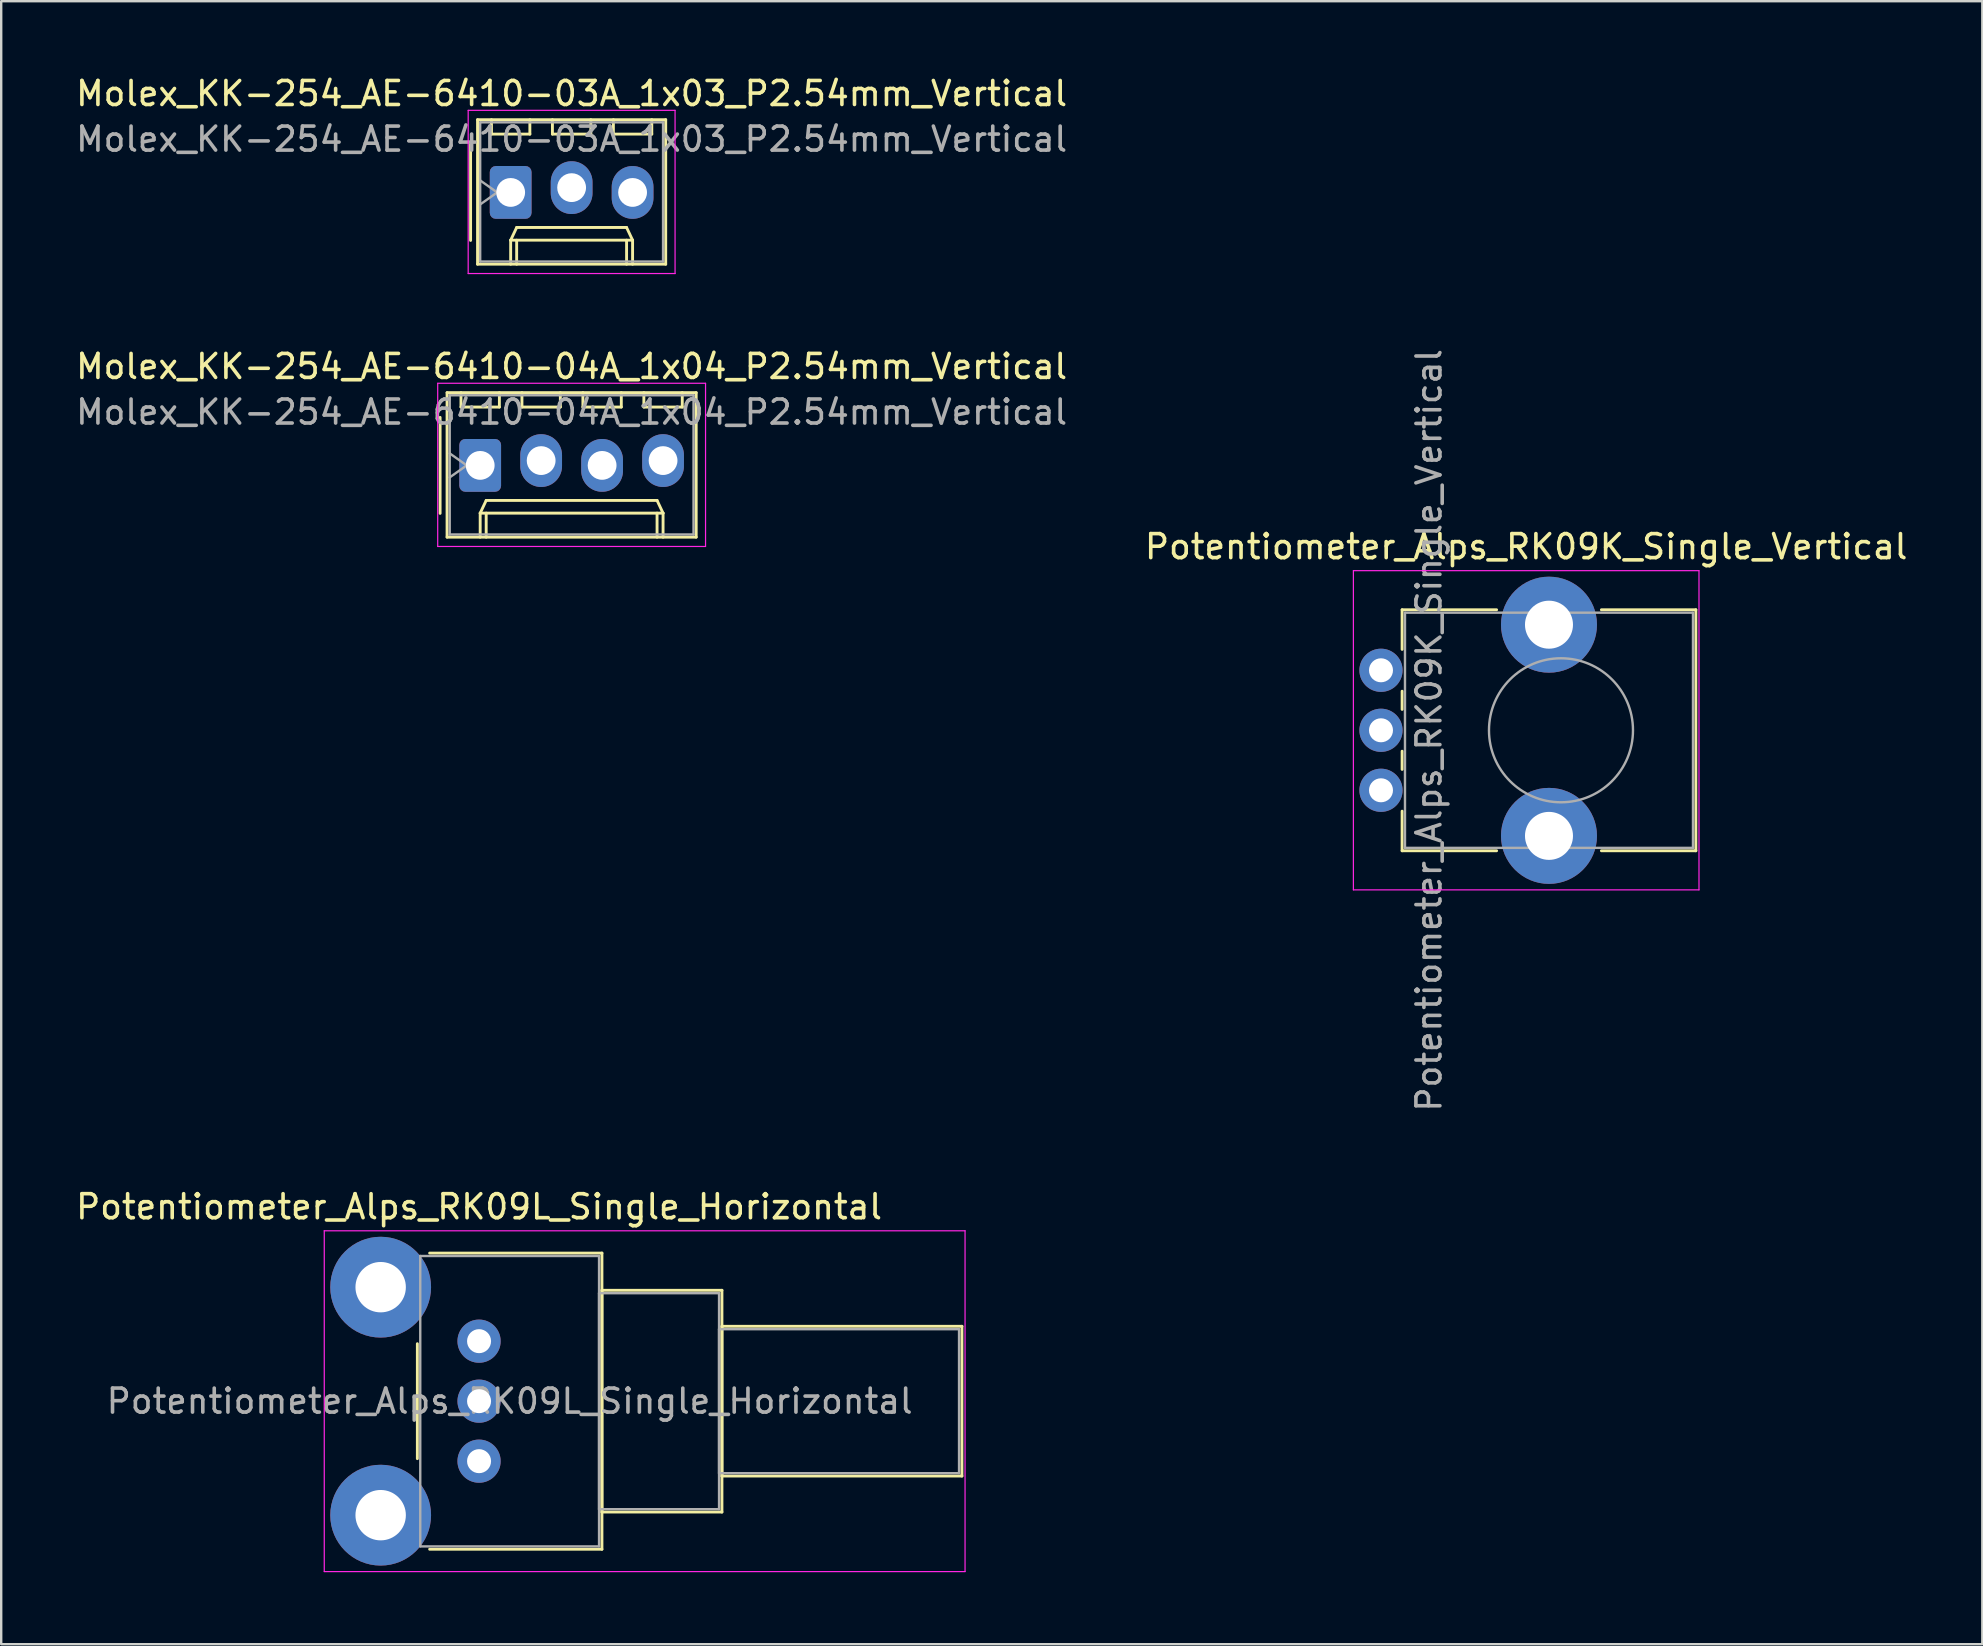
<source format=kicad_pcb>
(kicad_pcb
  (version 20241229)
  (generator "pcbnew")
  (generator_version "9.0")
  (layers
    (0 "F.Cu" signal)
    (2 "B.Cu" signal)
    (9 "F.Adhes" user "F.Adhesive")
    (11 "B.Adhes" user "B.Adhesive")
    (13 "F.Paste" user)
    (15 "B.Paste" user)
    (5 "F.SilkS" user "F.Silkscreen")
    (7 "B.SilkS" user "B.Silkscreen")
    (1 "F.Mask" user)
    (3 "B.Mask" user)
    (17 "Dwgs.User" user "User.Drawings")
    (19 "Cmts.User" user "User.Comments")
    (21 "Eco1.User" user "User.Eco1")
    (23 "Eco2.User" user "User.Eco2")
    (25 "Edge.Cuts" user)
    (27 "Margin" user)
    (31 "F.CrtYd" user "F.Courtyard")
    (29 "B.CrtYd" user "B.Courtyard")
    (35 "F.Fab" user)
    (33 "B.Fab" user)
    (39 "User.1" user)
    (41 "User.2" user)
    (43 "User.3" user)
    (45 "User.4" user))
  (footprint "Potentiometer_Alps_RK09K_Single_Vertical"
    (layer "F.Cu")
    (at 54.492 29.879)
    (property "Reference" "Potentiometer_Alps_RK09K_Single_Vertical" (at 6.05 -10.15 0) (layer "F.SilkS") (effects (font (size 1 1) (thickness 0.15))))
    (attr through_hole)
    (fp_line (start 0.88 -7.521) (end 0.88 -5.871) (stroke (width 0.12) (type solid)) (layer "F.SilkS"))
    (fp_line (start 0.88 -7.521) (end 4.817 -7.521) (stroke (width 0.12) (type solid)) (layer "F.SilkS"))
    (fp_line (start 0.88 -4.129) (end 0.88 -3.37) (stroke (width 0.12) (type solid)) (layer "F.SilkS"))
    (fp_line (start 0.88 -1.629) (end 0.88 -0.87) (stroke (width 0.12) (type solid)) (layer "F.SilkS"))
    (fp_line (start 0.88 0.87) (end 0.88 2.52) (stroke (width 0.12) (type solid)) (layer "F.SilkS"))
    (fp_line (start 0.88 2.52) (end 4.817 2.52) (stroke (width 0.12) (type solid)) (layer "F.SilkS"))
    (fp_line (start 9.184 -7.521) (end 13.12 -7.521) (stroke (width 0.12) (type solid)) (layer "F.SilkS"))
    (fp_line (start 9.184 2.52) (end 13.12 2.52) (stroke (width 0.12) (type solid)) (layer "F.SilkS"))
    (fp_line (start 13.12 -7.521) (end 13.12 2.52) (stroke (width 0.12) (type solid)) (layer "F.SilkS"))
    (fp_line (start -1.15 -9.15) (end -1.15 4.15) (stroke (width 0.05) (type solid)) (layer "F.CrtYd"))
    (fp_line (start -1.15 4.15) (end 13.25 4.15) (stroke (width 0.05) (type solid)) (layer "F.CrtYd"))
    (fp_line (start 13.25 -9.15) (end -1.15 -9.15) (stroke (width 0.05) (type solid)) (layer "F.CrtYd"))
    (fp_line (start 13.25 4.15) (end 13.25 -9.15) (stroke (width 0.05) (type solid)) (layer "F.CrtYd"))
    (fp_line (start 1 -7.4) (end 1 2.4) (stroke (width 0.1) (type solid)) (layer "F.Fab"))
    (fp_line (start 1 2.4) (end 13 2.4) (stroke (width 0.1) (type solid)) (layer "F.Fab"))
    (fp_line (start 13 -7.4) (end 1 -7.4) (stroke (width 0.1) (type solid)) (layer "F.Fab"))
    (fp_line (start 13 2.4) (end 13 -7.4) (stroke (width 0.1) (type solid)) (layer "F.Fab"))
    (fp_circle (center 7.5 -2.5) (end 10.5 -2.5) (stroke (width 0.1) (type solid)) (fill no) (layer "F.Fab"))
    (fp_text user "${REFERENCE}" (at 2 -2.5 90) (layer "F.Fab") (effects (font (size 1 1) (thickness 0.15))))
    (pad "" np_thru_hole circle (at 7 -6.9) (size 4 4) (drill 2) (layers "*.Cu" "*.Mask"))
    (pad "" np_thru_hole circle (at 7 1.9) (size 4 4) (drill 2) (layers "*.Cu" "*.Mask"))
    (pad "1" thru_hole circle (at 0 0) (size 1.8 1.8) (drill 1) (layers "*.Cu" "*.Mask"))
    (pad "2" thru_hole circle (at 0 -2.5) (size 1.8 1.8) (drill 1) (layers "*.Cu" "*.Mask"))
    (pad "3" thru_hole circle (at 0 -5) (size 1.8 1.8) (drill 1) (layers "*.Cu" "*.Mask")))
  (footprint "Potentiometer_Alps_RK09L_Single_Horizontal"
    (layer "F.Cu")
    (at 16.911 57.833)
    (property "Reference" "Potentiometer_Alps_RK09L_Single_Horizontal" (at 0 -10.6 0) (layer "F.SilkS") (effects (font (size 1 1) (thickness 0.15))))
    (attr through_hole)
    (fp_line (start -2.571 -4.894) (end -2.571 -0.105) (stroke (width 0.12) (type solid)) (layer "F.SilkS"))
    (fp_line (start -2.059 -8.67) (end 5.12 -8.67) (stroke (width 0.12) (type solid)) (layer "F.SilkS"))
    (fp_line (start -2.059 3.67) (end 5.12 3.67) (stroke (width 0.12) (type solid)) (layer "F.SilkS"))
    (fp_line (start 5.12 -8.67) (end 5.12 3.67) (stroke (width 0.12) (type solid)) (layer "F.SilkS"))
    (fp_line (start 5.12 -7.12) (end 5.12 2.12) (stroke (width 0.12) (type solid)) (layer "F.SilkS"))
    (fp_line (start 5.12 -7.12) (end 10.12 -7.12) (stroke (width 0.12) (type solid)) (layer "F.SilkS"))
    (fp_line (start 5.12 2.12) (end 10.12 2.12) (stroke (width 0.12) (type solid)) (layer "F.SilkS"))
    (fp_line (start 10.12 -7.12) (end 10.12 2.12) (stroke (width 0.12) (type solid)) (layer "F.SilkS"))
    (fp_line (start 10.12 -5.62) (end 10.12 0.62) (stroke (width 0.12) (type solid)) (layer "F.SilkS"))
    (fp_line (start 10.12 -5.62) (end 20.12 -5.62) (stroke (width 0.12) (type solid)) (layer "F.SilkS"))
    (fp_line (start 10.12 0.62) (end 20.12 0.62) (stroke (width 0.12) (type solid)) (layer "F.SilkS"))
    (fp_line (start 20.12 -5.62) (end 20.12 0.62) (stroke (width 0.12) (type solid)) (layer "F.SilkS"))
    (fp_line (start -6.45 -9.6) (end -6.45 4.6) (stroke (width 0.05) (type solid)) (layer "F.CrtYd"))
    (fp_line (start -6.45 4.6) (end 20.25 4.6) (stroke (width 0.05) (type solid)) (layer "F.CrtYd"))
    (fp_line (start 20.25 -9.6) (end -6.45 -9.6) (stroke (width 0.05) (type solid)) (layer "F.CrtYd"))
    (fp_line (start 20.25 4.6) (end 20.25 -9.6) (stroke (width 0.05) (type solid)) (layer "F.CrtYd"))
    (fp_line (start -2.45 -8.55) (end -2.45 3.55) (stroke (width 0.1) (type solid)) (layer "F.Fab"))
    (fp_line (start -2.45 3.55) (end 5 3.55) (stroke (width 0.1) (type solid)) (layer "F.Fab"))
    (fp_line (start 5 -8.55) (end -2.45 -8.55) (stroke (width 0.1) (type solid)) (layer "F.Fab"))
    (fp_line (start 5 -7) (end 5 2) (stroke (width 0.1) (type solid)) (layer "F.Fab"))
    (fp_line (start 5 2) (end 10 2) (stroke (width 0.1) (type solid)) (layer "F.Fab"))
    (fp_line (start 5 3.55) (end 5 -8.55) (stroke (width 0.1) (type solid)) (layer "F.Fab"))
    (fp_line (start 10 -7) (end 5 -7) (stroke (width 0.1) (type solid)) (layer "F.Fab"))
    (fp_line (start 10 -5.5) (end 10 0.5) (stroke (width 0.1) (type solid)) (layer "F.Fab"))
    (fp_line (start 10 0.5) (end 20 0.5) (stroke (width 0.1) (type solid)) (layer "F.Fab"))
    (fp_line (start 10 2) (end 10 -7) (stroke (width 0.1) (type solid)) (layer "F.Fab"))
    (fp_line (start 20 -5.5) (end 10 -5.5) (stroke (width 0.1) (type solid)) (layer "F.Fab"))
    (fp_line (start 20 0.5) (end 20 -5.5) (stroke (width 0.1) (type solid)) (layer "F.Fab"))
    (fp_text user "${REFERENCE}" (at 1.275 -2.5 0) (layer "F.Fab") (effects (font (size 1 1) (thickness 0.15))))
    (pad "" thru_hole circle (at -4.1 -7.25) (size 4.2 4.2) (drill 2.1) (layers "*.Cu" "*.Mask"))
    (pad "" thru_hole circle (at -4.1 2.25) (size 4.2 4.2) (drill 2.1) (layers "*.Cu" "*.Mask"))
    (pad "1" thru_hole circle (at 0 0) (size 1.8 1.8) (drill 1) (layers "*.Cu" "*.Mask"))
    (pad "2" thru_hole circle (at 0 -2.5) (size 1.8 1.8) (drill 1) (layers "*.Cu" "*.Mask"))
    (pad "3" thru_hole circle (at 0 -5) (size 1.8 1.8) (drill 1) (layers "*.Cu" "*.Mask")))
  (footprint "Molex_KK-254_AE-6410-04A_1x04_P2.54mm_Vertical"
    (layer "F.Cu")
    (at 16.958 16.341)
    (property "Reference" "Molex_KK-254_AE-6410-04A_1x04_P2.54mm_Vertical" (at 3.81 -4.12 0) (layer "F.SilkS") (effects (font (size 1 1) (thickness 0.15))))
    (attr through_hole)
    (fp_line (start -1.67 -2) (end -1.67 2) (stroke (width 0.12) (type solid)) (layer "F.SilkS"))
    (fp_line (start -1.38 -3.03) (end -1.38 2.99) (stroke (width 0.12) (type solid)) (layer "F.SilkS"))
    (fp_line (start -1.38 2.99) (end 9 2.99) (stroke (width 0.12) (type solid)) (layer "F.SilkS"))
    (fp_line (start -0.8 -3.03) (end -0.8 -2.43) (stroke (width 0.12) (type solid)) (layer "F.SilkS"))
    (fp_line (start -0.8 -2.43) (end 0.8 -2.43) (stroke (width 0.12) (type solid)) (layer "F.SilkS"))
    (fp_line (start 0 1.99) (end 0.25 1.46) (stroke (width 0.12) (type solid)) (layer "F.SilkS"))
    (fp_line (start 0 1.99) (end 7.62 1.99) (stroke (width 0.12) (type solid)) (layer "F.SilkS"))
    (fp_line (start 0 2.99) (end 0 1.99) (stroke (width 0.12) (type solid)) (layer "F.SilkS"))
    (fp_line (start 0.25 1.46) (end 7.37 1.46) (stroke (width 0.12) (type solid)) (layer "F.SilkS"))
    (fp_line (start 0.25 2.99) (end 0.25 1.99) (stroke (width 0.12) (type solid)) (layer "F.SilkS"))
    (fp_line (start 0.8 -2.43) (end 0.8 -3.03) (stroke (width 0.12) (type solid)) (layer "F.SilkS"))
    (fp_line (start 1.74 -3.03) (end 1.74 -2.43) (stroke (width 0.12) (type solid)) (layer "F.SilkS"))
    (fp_line (start 1.74 -2.43) (end 3.34 -2.43) (stroke (width 0.12) (type solid)) (layer "F.SilkS"))
    (fp_line (start 3.34 -2.43) (end 3.34 -3.03) (stroke (width 0.12) (type solid)) (layer "F.SilkS"))
    (fp_line (start 4.28 -3.03) (end 4.28 -2.43) (stroke (width 0.12) (type solid)) (layer "F.SilkS"))
    (fp_line (start 4.28 -2.43) (end 5.88 -2.43) (stroke (width 0.12) (type solid)) (layer "F.SilkS"))
    (fp_line (start 5.88 -2.43) (end 5.88 -3.03) (stroke (width 0.12) (type solid)) (layer "F.SilkS"))
    (fp_line (start 6.82 -3.03) (end 6.82 -2.43) (stroke (width 0.12) (type solid)) (layer "F.SilkS"))
    (fp_line (start 6.82 -2.43) (end 8.42 -2.43) (stroke (width 0.12) (type solid)) (layer "F.SilkS"))
    (fp_line (start 7.37 1.46) (end 7.62 1.99) (stroke (width 0.12) (type solid)) (layer "F.SilkS"))
    (fp_line (start 7.37 2.99) (end 7.37 1.99) (stroke (width 0.12) (type solid)) (layer "F.SilkS"))
    (fp_line (start 7.62 1.99) (end 7.62 2.99) (stroke (width 0.12) (type solid)) (layer "F.SilkS"))
    (fp_line (start 8.42 -2.43) (end 8.42 -3.03) (stroke (width 0.12) (type solid)) (layer "F.SilkS"))
    (fp_line (start 9 -3.03) (end -1.38 -3.03) (stroke (width 0.12) (type solid)) (layer "F.SilkS"))
    (fp_line (start 9 2.99) (end 9 -3.03) (stroke (width 0.12) (type solid)) (layer "F.SilkS"))
    (fp_line (start -1.77 -3.42) (end -1.77 3.38) (stroke (width 0.05) (type solid)) (layer "F.CrtYd"))
    (fp_line (start -1.77 3.38) (end 9.39 3.38) (stroke (width 0.05) (type solid)) (layer "F.CrtYd"))
    (fp_line (start 9.39 -3.42) (end -1.77 -3.42) (stroke (width 0.05) (type solid)) (layer "F.CrtYd"))
    (fp_line (start 9.39 3.38) (end 9.39 -3.42) (stroke (width 0.05) (type solid)) (layer "F.CrtYd"))
    (fp_line (start -1.27 -2.92) (end -1.27 2.88) (stroke (width 0.1) (type solid)) (layer "F.Fab"))
    (fp_line (start -1.27 -0.5) (end -0.563 0) (stroke (width 0.1) (type solid)) (layer "F.Fab"))
    (fp_line (start -1.27 2.88) (end 8.89 2.88) (stroke (width 0.1) (type solid)) (layer "F.Fab"))
    (fp_line (start -0.563 0) (end -1.27 0.5) (stroke (width 0.1) (type solid)) (layer "F.Fab"))
    (fp_line (start 8.89 -2.92) (end -1.27 -2.92) (stroke (width 0.1) (type solid)) (layer "F.Fab"))
    (fp_line (start 8.89 2.88) (end 8.89 -2.92) (stroke (width 0.1) (type solid)) (layer "F.Fab"))
    (fp_text user "${REFERENCE}" (at 3.81 -2.22 0) (layer "F.Fab") (effects (font (size 1 1) (thickness 0.15))))
    (pad "1" thru_hole roundrect (at 0 0) (size 1.74 2.2) (drill 1.2) (layers "*.Cu" "*.Mask") (roundrect_rratio 0.144))
    (pad "2" thru_hole oval (at 2.54 -0.2) (size 1.74 2.2) (drill 1.2) (layers "*.Cu" "*.Mask"))
    (pad "3" thru_hole oval (at 5.08 0) (size 1.74 2.2) (drill 1.2) (layers "*.Cu" "*.Mask"))
    (pad "4" thru_hole oval (at 7.62 -0.2) (size 1.74 2.2) (drill 1.2) (layers "*.Cu" "*.Mask")))
  (footprint "Molex_KK-254_AE-6410-03A_1x03_P2.54mm_Vertical"
    (layer "F.Cu")
    (at 18.228 4.968)
    (property "Reference" "Molex_KK-254_AE-6410-03A_1x03_P2.54mm_Vertical" (at 2.54 -4.12 0) (layer "F.SilkS") (effects (font (size 1 1) (thickness 0.15))))
    (attr through_hole)
    (fp_line (start -1.67 -2) (end -1.67 2) (stroke (width 0.12) (type solid)) (layer "F.SilkS"))
    (fp_line (start -1.38 -3.03) (end -1.38 2.99) (stroke (width 0.12) (type solid)) (layer "F.SilkS"))
    (fp_line (start -1.38 2.99) (end 6.46 2.99) (stroke (width 0.12) (type solid)) (layer "F.SilkS"))
    (fp_line (start -0.8 -3.03) (end -0.8 -2.43) (stroke (width 0.12) (type solid)) (layer "F.SilkS"))
    (fp_line (start -0.8 -2.43) (end 0.8 -2.43) (stroke (width 0.12) (type solid)) (layer "F.SilkS"))
    (fp_line (start 0 1.99) (end 0.25 1.46) (stroke (width 0.12) (type solid)) (layer "F.SilkS"))
    (fp_line (start 0 1.99) (end 5.08 1.99) (stroke (width 0.12) (type solid)) (layer "F.SilkS"))
    (fp_line (start 0 2.99) (end 0 1.99) (stroke (width 0.12) (type solid)) (layer "F.SilkS"))
    (fp_line (start 0.25 1.46) (end 4.83 1.46) (stroke (width 0.12) (type solid)) (layer "F.SilkS"))
    (fp_line (start 0.25 2.99) (end 0.25 1.99) (stroke (width 0.12) (type solid)) (layer "F.SilkS"))
    (fp_line (start 0.8 -2.43) (end 0.8 -3.03) (stroke (width 0.12) (type solid)) (layer "F.SilkS"))
    (fp_line (start 1.74 -3.03) (end 1.74 -2.43) (stroke (width 0.12) (type solid)) (layer "F.SilkS"))
    (fp_line (start 1.74 -2.43) (end 3.34 -2.43) (stroke (width 0.12) (type solid)) (layer "F.SilkS"))
    (fp_line (start 3.34 -2.43) (end 3.34 -3.03) (stroke (width 0.12) (type solid)) (layer "F.SilkS"))
    (fp_line (start 4.28 -3.03) (end 4.28 -2.43) (stroke (width 0.12) (type solid)) (layer "F.SilkS"))
    (fp_line (start 4.28 -2.43) (end 5.88 -2.43) (stroke (width 0.12) (type solid)) (layer "F.SilkS"))
    (fp_line (start 4.83 1.46) (end 5.08 1.99) (stroke (width 0.12) (type solid)) (layer "F.SilkS"))
    (fp_line (start 4.83 2.99) (end 4.83 1.99) (stroke (width 0.12) (type solid)) (layer "F.SilkS"))
    (fp_line (start 5.08 1.99) (end 5.08 2.99) (stroke (width 0.12) (type solid)) (layer "F.SilkS"))
    (fp_line (start 5.88 -2.43) (end 5.88 -3.03) (stroke (width 0.12) (type solid)) (layer "F.SilkS"))
    (fp_line (start 6.46 -3.03) (end -1.38 -3.03) (stroke (width 0.12) (type solid)) (layer "F.SilkS"))
    (fp_line (start 6.46 2.99) (end 6.46 -3.03) (stroke (width 0.12) (type solid)) (layer "F.SilkS"))
    (fp_line (start -1.77 -3.42) (end -1.77 3.38) (stroke (width 0.05) (type solid)) (layer "F.CrtYd"))
    (fp_line (start -1.77 3.38) (end 6.85 3.38) (stroke (width 0.05) (type solid)) (layer "F.CrtYd"))
    (fp_line (start 6.85 -3.42) (end -1.77 -3.42) (stroke (width 0.05) (type solid)) (layer "F.CrtYd"))
    (fp_line (start 6.85 3.38) (end 6.85 -3.42) (stroke (width 0.05) (type solid)) (layer "F.CrtYd"))
    (fp_line (start -1.27 -2.92) (end -1.27 2.88) (stroke (width 0.1) (type solid)) (layer "F.Fab"))
    (fp_line (start -1.27 -0.5) (end -0.563 0) (stroke (width 0.1) (type solid)) (layer "F.Fab"))
    (fp_line (start -1.27 2.88) (end 6.35 2.88) (stroke (width 0.1) (type solid)) (layer "F.Fab"))
    (fp_line (start -0.563 0) (end -1.27 0.5) (stroke (width 0.1) (type solid)) (layer "F.Fab"))
    (fp_line (start 6.35 -2.92) (end -1.27 -2.92) (stroke (width 0.1) (type solid)) (layer "F.Fab"))
    (fp_line (start 6.35 2.88) (end 6.35 -2.92) (stroke (width 0.1) (type solid)) (layer "F.Fab"))
    (fp_text user "${REFERENCE}" (at 2.54 -2.22 0) (layer "F.Fab") (effects (font (size 1 1) (thickness 0.15))))
    (pad "1" thru_hole roundrect (at 0 0) (size 1.74 2.2) (drill 1.2) (layers "*.Cu" "*.Mask") (roundrect_rratio 0.144))
    (pad "2" thru_hole oval (at 2.54 -0.2) (size 1.74 2.2) (drill 1.2) (layers "*.Cu" "*.Mask"))
    (pad "3" thru_hole oval (at 5.08 0) (size 1.74 2.2) (drill 1.2) (layers "*.Cu" "*.Mask")))
  (gr_rect
    (start -3 -3)
    (end 79.548 65.458)
    (stroke (width 0.1) (type default))
    (fill no)
    (layer "Edge.Cuts")))
</source>
